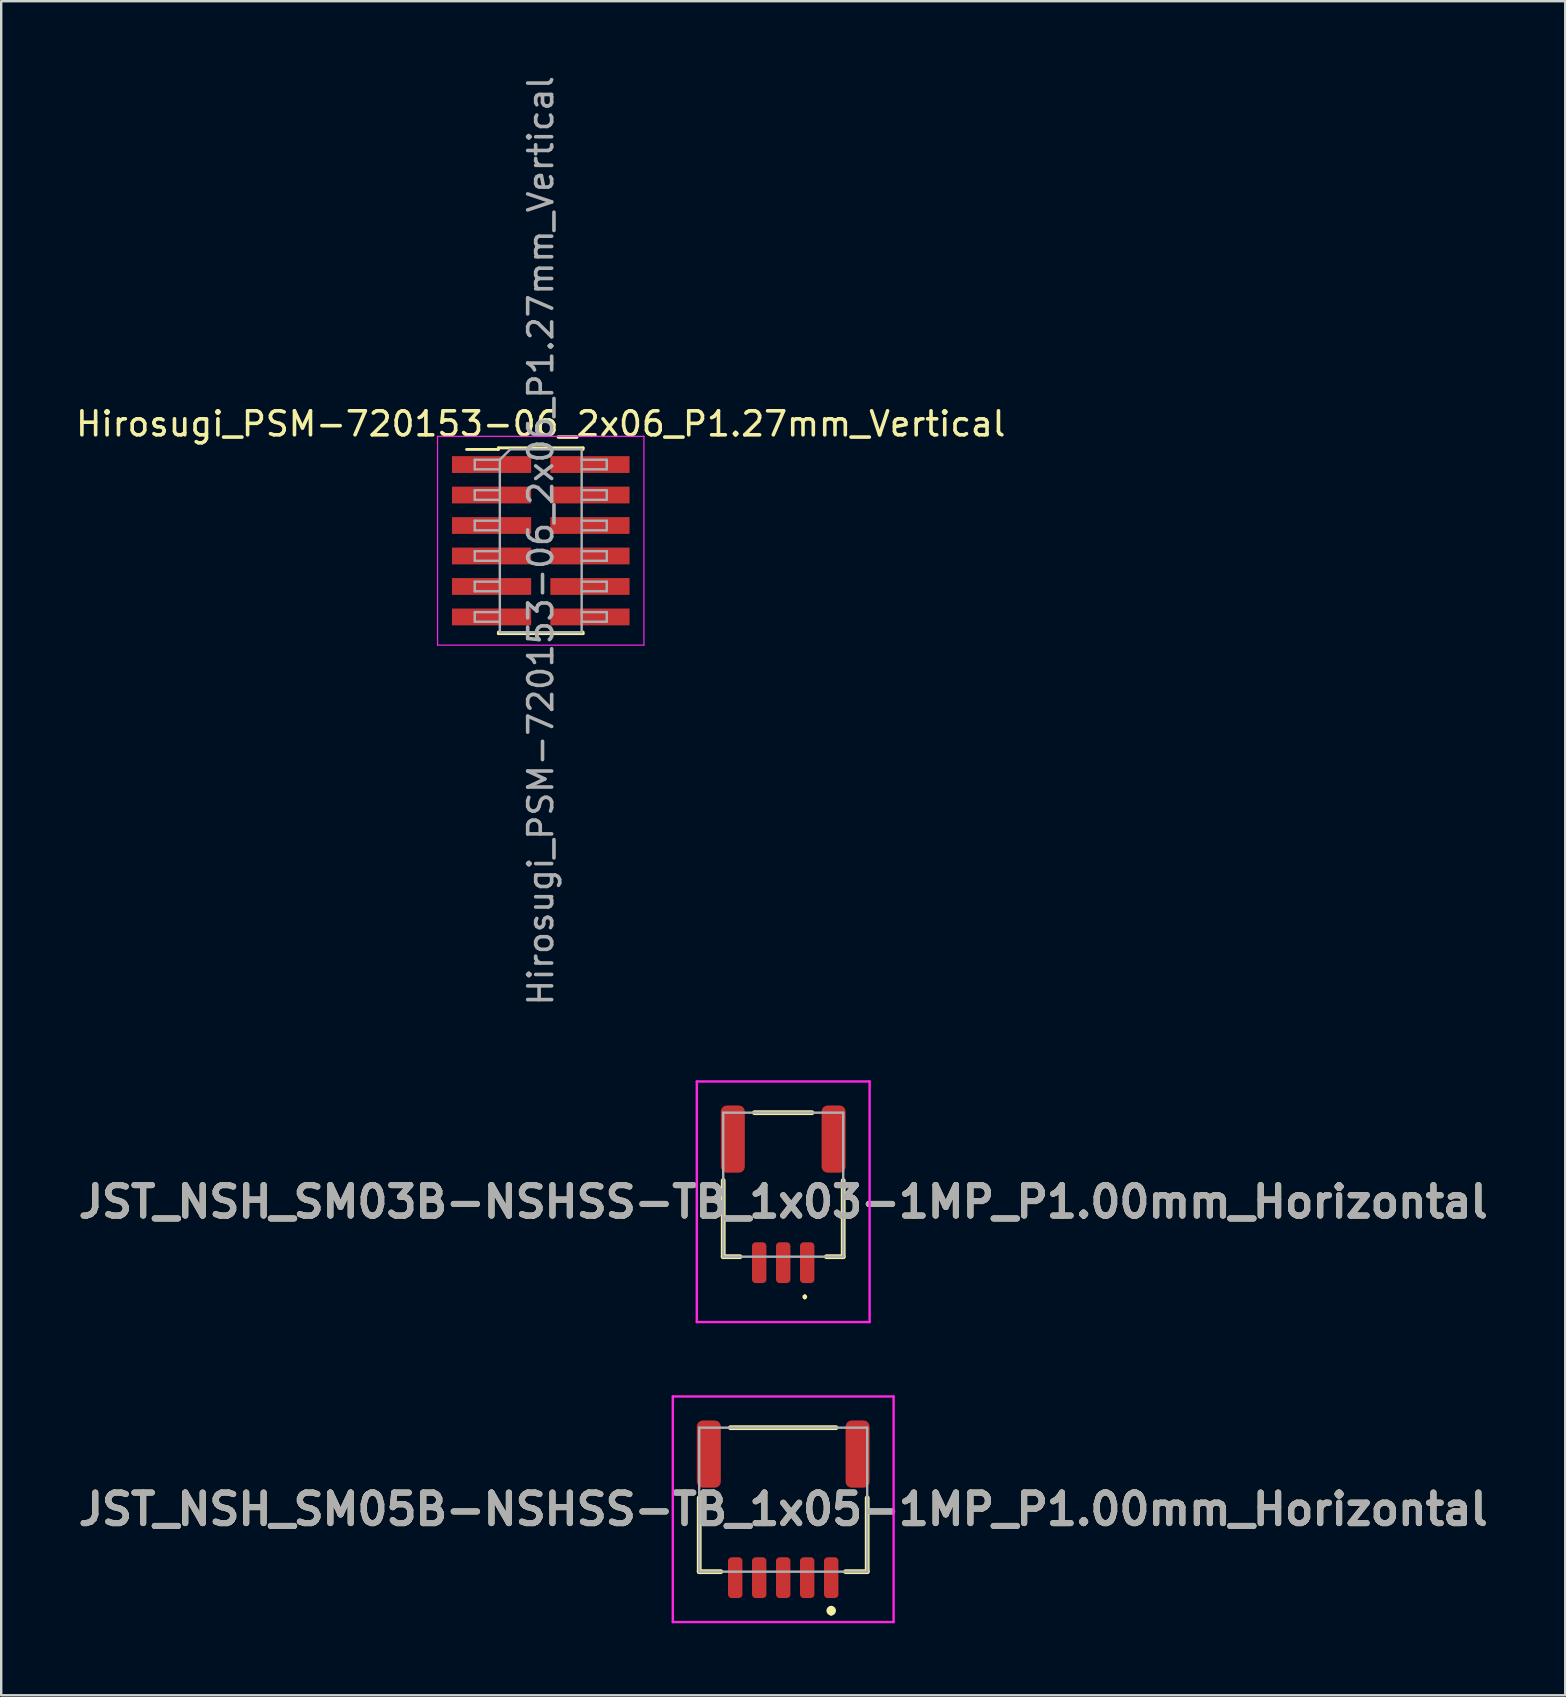
<source format=kicad_pcb>
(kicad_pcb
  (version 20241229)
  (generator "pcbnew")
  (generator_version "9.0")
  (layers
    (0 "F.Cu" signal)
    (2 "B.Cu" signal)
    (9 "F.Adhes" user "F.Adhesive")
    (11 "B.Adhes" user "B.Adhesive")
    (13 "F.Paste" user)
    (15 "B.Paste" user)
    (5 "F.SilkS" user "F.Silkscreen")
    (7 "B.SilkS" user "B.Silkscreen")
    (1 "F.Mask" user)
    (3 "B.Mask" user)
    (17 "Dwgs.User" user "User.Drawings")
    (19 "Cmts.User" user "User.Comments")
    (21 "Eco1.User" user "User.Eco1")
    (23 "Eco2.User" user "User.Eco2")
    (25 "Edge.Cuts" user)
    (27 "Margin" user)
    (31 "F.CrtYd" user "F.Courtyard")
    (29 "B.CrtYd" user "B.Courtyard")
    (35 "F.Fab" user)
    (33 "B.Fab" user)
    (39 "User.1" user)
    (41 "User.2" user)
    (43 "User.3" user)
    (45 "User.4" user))
  (footprint "JST_NSH_SM03B-NSHSS-TB_1x03-1MP_P1.00mm_Horizontal"
    (layer "F.Cu")
    (at 29.585 46.439)
    (property "Reference" "JST_NSH_SM03B-NSHSS-TB_1x03-1MP_P1.00mm_Horizontal" (at 0 0.587 0) (layer "F.SilkS") (effects (font (size 1.27 1.27) (thickness 0.254))))
    (attr smd)
    (fp_line (start -2.5 -0.3) (end -2.5 2.875) (stroke (width 0.2) (type solid)) (layer "F.SilkS"))
    (fp_line (start -2.5 2.875) (end -1.8 2.875) (stroke (width 0.2) (type solid)) (layer "F.SilkS"))
    (fp_line (start -1.2 -3.125) (end 1.2 -3.125) (stroke (width 0.2) (type solid)) (layer "F.SilkS"))
    (fp_line (start 0.9 4.5) (end 0.9 4.5) (stroke (width 0.1) (type solid)) (layer "F.SilkS"))
    (fp_line (start 0.9 4.6) (end 0.9 4.6) (stroke (width 0.1) (type solid)) (layer "F.SilkS"))
    (fp_line (start 2.5 -0.3) (end 2.5 2.875) (stroke (width 0.2) (type solid)) (layer "F.SilkS"))
    (fp_line (start 2.5 2.875) (end 1.8 2.875) (stroke (width 0.2) (type solid)) (layer "F.SilkS"))
    (fp_arc (start 0.9 4.5) (mid 0.95 4.55) (end 0.9 4.6) (stroke (width 0.1) (type solid)) (layer "F.SilkS"))
    (fp_arc (start 0.9 4.6) (mid 0.85 4.55) (end 0.9 4.5) (stroke (width 0.1) (type solid)) (layer "F.SilkS"))
    (fp_line (start -3.6 -4.425) (end 3.6 -4.425) (stroke (width 0.1) (type solid)) (layer "F.CrtYd"))
    (fp_line (start -3.6 5.6) (end -3.6 -4.425) (stroke (width 0.1) (type solid)) (layer "F.CrtYd"))
    (fp_line (start 3.6 -4.425) (end 3.6 5.6) (stroke (width 0.1) (type solid)) (layer "F.CrtYd"))
    (fp_line (start 3.6 5.6) (end -3.6 5.6) (stroke (width 0.1) (type solid)) (layer "F.CrtYd"))
    (fp_line (start -2.5 -3.125) (end 2.5 -3.125) (stroke (width 0.1) (type solid)) (layer "F.Fab"))
    (fp_line (start -2.5 2.875) (end -2.5 -3.125) (stroke (width 0.1) (type solid)) (layer "F.Fab"))
    (fp_line (start 2.5 -3.125) (end 2.5 2.875) (stroke (width 0.1) (type solid)) (layer "F.Fab"))
    (fp_line (start 2.5 2.875) (end -2.5 2.875) (stroke (width 0.1) (type solid)) (layer "F.Fab"))
    (fp_text user "${REFERENCE}" (at 0 0.587 0) (layer "F.Fab") (effects (font (size 1.27 1.27) (thickness 0.254))))
    (pad "1" smd roundrect (at 1 3.125) (size 0.6 1.7) (layers "F.Cu" "F.Mask" "F.Paste") (roundrect_rratio 0.25))
    (pad "2" smd roundrect (at 0 3.125) (size 0.6 1.7) (layers "F.Cu" "F.Mask" "F.Paste") (roundrect_rratio 0.25))
    (pad "3" smd roundrect (at -1 3.125) (size 0.6 1.7) (layers "F.Cu" "F.Mask" "F.Paste") (roundrect_rratio 0.25))
    (pad "MP" smd roundrect (at -2.1 -2.025) (size 1 2.8) (layers "F.Cu" "F.Mask" "F.Paste") (roundrect_rratio 0.25))
    (pad "MP" smd roundrect (at 2.1 -2.025) (size 1 2.8) (layers "F.Cu" "F.Mask" "F.Paste") (roundrect_rratio 0.25)))
  (footprint "JST_NSH_SM05B-NSHSS-TB_1x05-1MP_P1.00mm_Horizontal"
    (layer "F.Cu")
    (at 29.585 62.689)
    (property "Reference" "JST_NSH_SM05B-NSHSS-TB_1x05-1MP_P1.00mm_Horizontal" (at 0 -2.85 0) (layer "F.SilkS") (effects (font (size 1.27 1.27) (thickness 0.254))))
    (attr smd)
    (fp_line (start -3.5 -3.325) (end -3.5 -0.25) (stroke (width 0.2) (type solid)) (layer "F.SilkS"))
    (fp_line (start -3.5 -0.25) (end -2.6 -0.25) (stroke (width 0.2) (type solid)) (layer "F.SilkS"))
    (fp_line (start -2.2 -6.25) (end 2.2 -6.25) (stroke (width 0.2) (type solid)) (layer "F.SilkS"))
    (fp_line (start 2 1.275) (end 2 1.275) (stroke (width 0.2) (type solid)) (layer "F.SilkS"))
    (fp_line (start 2 1.475) (end 2 1.475) (stroke (width 0.2) (type solid)) (layer "F.SilkS"))
    (fp_line (start 3.5 -3.325) (end 3.5 -0.25) (stroke (width 0.2) (type solid)) (layer "F.SilkS"))
    (fp_line (start 3.5 -0.25) (end 2.6 -0.25) (stroke (width 0.2) (type solid)) (layer "F.SilkS"))
    (fp_arc (start 2 1.275) (mid 2.1 1.375) (end 2 1.475) (stroke (width 0.2) (type solid)) (layer "F.SilkS"))
    (fp_arc (start 2 1.475) (mid 1.9 1.375) (end 2 1.275) (stroke (width 0.2) (type solid)) (layer "F.SilkS"))
    (fp_line (start -4.6 -7.55) (end 4.6 -7.55) (stroke (width 0.1) (type solid)) (layer "F.CrtYd"))
    (fp_line (start -4.6 1.85) (end -4.6 -7.55) (stroke (width 0.1) (type solid)) (layer "F.CrtYd"))
    (fp_line (start 4.6 -7.55) (end 4.6 1.85) (stroke (width 0.1) (type solid)) (layer "F.CrtYd"))
    (fp_line (start 4.6 1.85) (end -4.6 1.85) (stroke (width 0.1) (type solid)) (layer "F.CrtYd"))
    (fp_line (start -3.5 -6.25) (end 3.5 -6.25) (stroke (width 0.1) (type solid)) (layer "F.Fab"))
    (fp_line (start -3.5 -0.25) (end -3.5 -6.25) (stroke (width 0.1) (type solid)) (layer "F.Fab"))
    (fp_line (start 3.5 -6.25) (end 3.5 -0.25) (stroke (width 0.1) (type solid)) (layer "F.Fab"))
    (fp_line (start 3.5 -0.25) (end -3.5 -0.25) (stroke (width 0.1) (type solid)) (layer "F.Fab"))
    (fp_text user "${REFERENCE}" (at 0 -2.85 0) (layer "F.Fab") (effects (font (size 1.27 1.27) (thickness 0.254))))
    (pad "1" smd roundrect (at 2 0) (size 0.6 1.7) (layers "F.Cu" "F.Mask" "F.Paste") (roundrect_rratio 0.25))
    (pad "2" smd roundrect (at 1 0) (size 0.6 1.7) (layers "F.Cu" "F.Mask" "F.Paste") (roundrect_rratio 0.25))
    (pad "3" smd roundrect (at 0 0) (size 0.6 1.7) (layers "F.Cu" "F.Mask" "F.Paste") (roundrect_rratio 0.25))
    (pad "4" smd roundrect (at -1 0) (size 0.6 1.7) (layers "F.Cu" "F.Mask" "F.Paste") (roundrect_rratio 0.25))
    (pad "5" smd roundrect (at -2 0) (size 0.6 1.7) (layers "F.Cu" "F.Mask" "F.Paste") (roundrect_rratio 0.25))
    (pad "MP" smd roundrect (at -3.1 -5.15) (size 1 2.8) (layers "F.Cu" "F.Mask" "F.Paste") (roundrect_rratio 0.25))
    (pad "MP" smd roundrect (at 3.1 -5.15) (size 1 2.8) (layers "F.Cu" "F.Mask" "F.Paste") (roundrect_rratio 0.25)))
  (footprint "Hirosugi_PSM-720153-06_2x06_P1.27mm_Vertical"
    (layer "F.Cu")
    (at 19.482 19.482)
    (property "Reference" "Hirosugi_PSM-720153-06_2x06_P1.27mm_Vertical" (at 0 -4.87 0) (layer "F.SilkS") (effects (font (size 1 1) (thickness 0.15))))
    (attr smd)
    (fp_line (start -3.09 -3.805) (end -1.765 -3.805) (stroke (width 0.12) (type solid)) (layer "F.SilkS"))
    (fp_line (start -1.765 -3.87) (end -1.765 -3.805) (stroke (width 0.12) (type solid)) (layer "F.SilkS"))
    (fp_line (start -1.765 -3.87) (end 1.765 -3.87) (stroke (width 0.12) (type solid)) (layer "F.SilkS"))
    (fp_line (start -1.765 3.805) (end -1.765 3.87) (stroke (width 0.12) (type solid)) (layer "F.SilkS"))
    (fp_line (start -1.765 3.87) (end 1.765 3.87) (stroke (width 0.12) (type solid)) (layer "F.SilkS"))
    (fp_line (start 1.765 -3.87) (end 1.765 -3.805) (stroke (width 0.12) (type solid)) (layer "F.SilkS"))
    (fp_line (start 1.765 3.805) (end 1.765 3.87) (stroke (width 0.12) (type solid)) (layer "F.SilkS"))
    (fp_line (start -4.3 -4.35) (end -4.3 4.35) (stroke (width 0.05) (type solid)) (layer "F.CrtYd"))
    (fp_line (start -4.3 4.35) (end 4.3 4.35) (stroke (width 0.05) (type solid)) (layer "F.CrtYd"))
    (fp_line (start 4.3 -4.35) (end -4.3 -4.35) (stroke (width 0.05) (type solid)) (layer "F.CrtYd"))
    (fp_line (start 4.3 4.35) (end 4.3 -4.35) (stroke (width 0.05) (type solid)) (layer "F.CrtYd"))
    (fp_line (start -2.75 -3.375) (end -2.75 -2.975) (stroke (width 0.1) (type solid)) (layer "F.Fab"))
    (fp_line (start -2.75 -2.975) (end -1.705 -2.975) (stroke (width 0.1) (type solid)) (layer "F.Fab"))
    (fp_line (start -2.75 -2.105) (end -2.75 -1.705) (stroke (width 0.1) (type solid)) (layer "F.Fab"))
    (fp_line (start -2.75 -1.705) (end -1.705 -1.705) (stroke (width 0.1) (type solid)) (layer "F.Fab"))
    (fp_line (start -2.75 -0.835) (end -2.75 -0.435) (stroke (width 0.1) (type solid)) (layer "F.Fab"))
    (fp_line (start -2.75 -0.435) (end -1.705 -0.435) (stroke (width 0.1) (type solid)) (layer "F.Fab"))
    (fp_line (start -2.75 0.435) (end -2.75 0.835) (stroke (width 0.1) (type solid)) (layer "F.Fab"))
    (fp_line (start -2.75 0.835) (end -1.705 0.835) (stroke (width 0.1) (type solid)) (layer "F.Fab"))
    (fp_line (start -2.75 1.705) (end -2.75 2.105) (stroke (width 0.1) (type solid)) (layer "F.Fab"))
    (fp_line (start -2.75 2.105) (end -1.705 2.105) (stroke (width 0.1) (type solid)) (layer "F.Fab"))
    (fp_line (start -2.75 2.975) (end -2.75 3.375) (stroke (width 0.1) (type solid)) (layer "F.Fab"))
    (fp_line (start -2.75 3.375) (end -1.705 3.375) (stroke (width 0.1) (type solid)) (layer "F.Fab"))
    (fp_line (start -1.705 -3.375) (end -2.75 -3.375) (stroke (width 0.1) (type solid)) (layer "F.Fab"))
    (fp_line (start -1.705 -3.375) (end -1.27 -3.81) (stroke (width 0.1) (type solid)) (layer "F.Fab"))
    (fp_line (start -1.705 -2.105) (end -2.75 -2.105) (stroke (width 0.1) (type solid)) (layer "F.Fab"))
    (fp_line (start -1.705 -0.835) (end -2.75 -0.835) (stroke (width 0.1) (type solid)) (layer "F.Fab"))
    (fp_line (start -1.705 0.435) (end -2.75 0.435) (stroke (width 0.1) (type solid)) (layer "F.Fab"))
    (fp_line (start -1.705 1.705) (end -2.75 1.705) (stroke (width 0.1) (type solid)) (layer "F.Fab"))
    (fp_line (start -1.705 2.975) (end -2.75 2.975) (stroke (width 0.1) (type solid)) (layer "F.Fab"))
    (fp_line (start -1.705 3.81) (end -1.705 -3.375) (stroke (width 0.1) (type solid)) (layer "F.Fab"))
    (fp_line (start -1.27 -3.81) (end 1.705 -3.81) (stroke (width 0.1) (type solid)) (layer "F.Fab"))
    (fp_line (start 1.705 -3.81) (end 1.705 3.81) (stroke (width 0.1) (type solid)) (layer "F.Fab"))
    (fp_line (start 1.705 -3.375) (end 2.75 -3.375) (stroke (width 0.1) (type solid)) (layer "F.Fab"))
    (fp_line (start 1.705 -2.105) (end 2.75 -2.105) (stroke (width 0.1) (type solid)) (layer "F.Fab"))
    (fp_line (start 1.705 -0.835) (end 2.75 -0.835) (stroke (width 0.1) (type solid)) (layer "F.Fab"))
    (fp_line (start 1.705 0.435) (end 2.75 0.435) (stroke (width 0.1) (type solid)) (layer "F.Fab"))
    (fp_line (start 1.705 1.705) (end 2.75 1.705) (stroke (width 0.1) (type solid)) (layer "F.Fab"))
    (fp_line (start 1.705 2.975) (end 2.75 2.975) (stroke (width 0.1) (type solid)) (layer "F.Fab"))
    (fp_line (start 1.705 3.81) (end -1.705 3.81) (stroke (width 0.1) (type solid)) (layer "F.Fab"))
    (fp_line (start 2.75 -3.375) (end 2.75 -2.975) (stroke (width 0.1) (type solid)) (layer "F.Fab"))
    (fp_line (start 2.75 -2.975) (end 1.705 -2.975) (stroke (width 0.1) (type solid)) (layer "F.Fab"))
    (fp_line (start 2.75 -2.105) (end 2.75 -1.705) (stroke (width 0.1) (type solid)) (layer "F.Fab"))
    (fp_line (start 2.75 -1.705) (end 1.705 -1.705) (stroke (width 0.1) (type solid)) (layer "F.Fab"))
    (fp_line (start 2.75 -0.835) (end 2.75 -0.435) (stroke (width 0.1) (type solid)) (layer "F.Fab"))
    (fp_line (start 2.75 -0.435) (end 1.705 -0.435) (stroke (width 0.1) (type solid)) (layer "F.Fab"))
    (fp_line (start 2.75 0.435) (end 2.75 0.835) (stroke (width 0.1) (type solid)) (layer "F.Fab"))
    (fp_line (start 2.75 0.835) (end 1.705 0.835) (stroke (width 0.1) (type solid)) (layer "F.Fab"))
    (fp_line (start 2.75 1.705) (end 2.75 2.105) (stroke (width 0.1) (type solid)) (layer "F.Fab"))
    (fp_line (start 2.75 2.105) (end 1.705 2.105) (stroke (width 0.1) (type solid)) (layer "F.Fab"))
    (fp_line (start 2.75 2.975) (end 2.75 3.375) (stroke (width 0.1) (type solid)) (layer "F.Fab"))
    (fp_line (start 2.75 3.375) (end 1.705 3.375) (stroke (width 0.1) (type solid)) (layer "F.Fab"))
    (fp_text user "${REFERENCE}" (at 0 0 90) (layer "F.Fab") (effects (font (size 1 1) (thickness 0.15))))
    (pad "1" smd rect (at -2.05 -3.175) (size 3.3 0.7) (layers "F.Cu" "F.Mask" "F.Paste"))
    (pad "2" smd rect (at 2.05 -3.175) (size 3.3 0.7) (layers "F.Cu" "F.Mask" "F.Paste"))
    (pad "3" smd rect (at -2.05 -1.905) (size 3.3 0.7) (layers "F.Cu" "F.Mask" "F.Paste"))
    (pad "4" smd rect (at 2.05 -1.905) (size 3.3 0.7) (layers "F.Cu" "F.Mask" "F.Paste"))
    (pad "5" smd rect (at -2.05 -0.635) (size 3.3 0.7) (layers "F.Cu" "F.Mask" "F.Paste"))
    (pad "6" smd rect (at 2.05 -0.635) (size 3.3 0.7) (layers "F.Cu" "F.Mask" "F.Paste"))
    (pad "7" smd rect (at -2.05 0.635) (size 3.3 0.7) (layers "F.Cu" "F.Mask" "F.Paste"))
    (pad "8" smd rect (at 2.05 0.635) (size 3.3 0.7) (layers "F.Cu" "F.Mask" "F.Paste"))
    (pad "9" smd rect (at -2.05 1.905) (size 3.3 0.7) (layers "F.Cu" "F.Mask" "F.Paste"))
    (pad "10" smd rect (at 2.05 1.905) (size 3.3 0.7) (layers "F.Cu" "F.Mask" "F.Paste"))
    (pad "11" smd rect (at -2.05 3.175) (size 3.3 0.7) (layers "F.Cu" "F.Mask" "F.Paste"))
    (pad "12" smd rect (at 2.05 3.175) (size 3.3 0.7) (layers "F.Cu" "F.Mask" "F.Paste")))
  (gr_rect
    (start -3 -3)
    (end 62.17 67.589)
    (stroke (width 0.1) (type default))
    (fill no)
    (layer "Edge.Cuts")))
</source>
